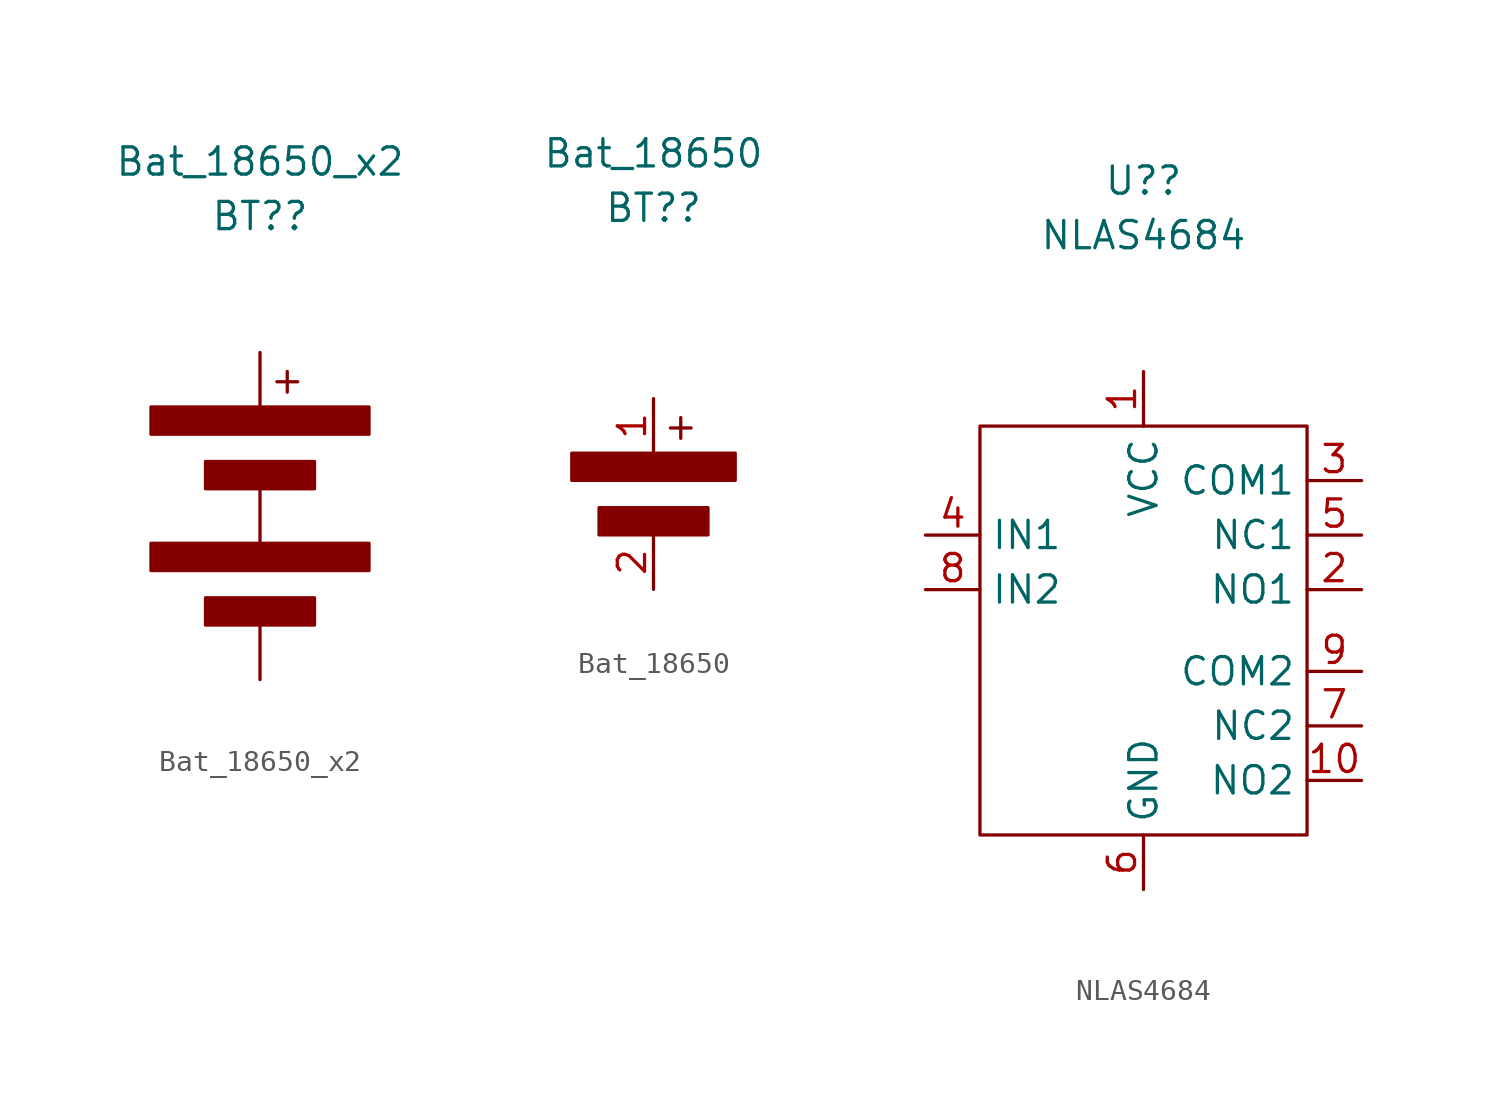
<source format=kicad_sym>
(kicad_symbol_lib
  (version 20220914)
  (generator kicad_symbol_editor)
  (symbol "Bat_18650_x2"
    (property "Reference" "BT?"
      (at 0 -2.54 0)
      (effects (font (size 1.27 1.27))))
    (property "Value" "Bat_18650_x2"
      (at 0 0 0)
      (effects (font (size 1.27 1.27))))
    (symbol "Bat_18650_x2_0_0"
      (rectangle (start -5.08 -17.78) (end 5.08 -19.05) (stroke (width 0) (type default)) (fill (type outline)))
      (rectangle (start -5.08 -11.43) (end 5.08 -12.7) (stroke (width 0) (type default)) (fill (type outline)))
      (rectangle (start -2.54 -20.32) (end 2.54 -21.59) (stroke (width 0) (type default)) (fill (type outline)))
      (rectangle (start -2.54 -13.97) (end 2.54 -15.24) (stroke (width 0) (type default)) (fill (type outline)))
      (text "+" (at 1.27 -10.16 0) (effects (font (size 1.27 1.27)))))
    (symbol "Bat_18650_x2_1_1"
      (pin input line (at 0 -24.13 90) (length 2.54) (name "" (effects (font (size 1.27 1.27)))) (number "" (effects (font (size 1.27 1.27)))))
      (pin free line (at 0 -15.24 270) (length 2.54) (name "" (effects (font (size 1.27 1.27)))) (number "" (effects (font (size 1.27 1.27)))))
      (pin output line (at 0 -8.89 270) (length 2.54) (name "" (effects (font (size 1.27 1.27)))) (number "" (effects (font (size 1.27 1.27)))))))
  (symbol "Bat_18650"
    (property "Reference" "BT?"
      (at 0 -2.54 0)
      (effects (font (size 1.27 1.27))))
    (property "Value" "Bat_18650"
      (at 0 0 0)
      (effects (font (size 1.27 1.27))))
    (symbol "Bat_18650_0_0"
      (text "+" (at 1.27 -12.7 0) (effects (font (size 1.27 1.27)))))
    (symbol "Bat_18650_0_1"
      (rectangle (start -3.81 -13.97) (end 3.81 -15.24) (stroke (width 0) (type default)) (fill (type outline)))
      (rectangle (start -2.54 -16.51) (end 2.54 -17.78) (stroke (width 0) (type default)) (fill (type outline))))
    (symbol "Bat_18650_1_1"
      (pin passive line (at 0 -11.43 270) (length 2.54) (name "" (effects (font (size 1.27 1.27)))) (number "1" (effects (font (size 1.27 1.27)))))
      (pin passive line (at 0 -20.32 90) (length 2.54) (name "" (effects (font (size 1.27 1.27)))) (number "2" (effects (font (size 1.27 1.27)))))))
  (symbol "NLAS4684"
    (property "Reference" "U?"
      (at 0 2.54 0)
      (effects (font (size 1.27 1.27))))
    (property "Value" "NLAS4684"
      (at 0 0 0)
      (effects (font (size 1.27 1.27))))
    (symbol "NLAS4684_0_1"
      (rectangle (start -7.62 -8.89) (end 7.62 -27.94) (stroke (width 0) (type default)) (fill (type none))))
    (symbol "NLAS4684_1_1"
      (pin input line (at 0 -6.35 270) (length 2.54) (name "VCC" (effects (font (size 1.27 1.27)))) (number "1" (effects (font (size 1.27 1.27)))))
      (pin bidirectional line (at 10.16 -25.4 180) (length 2.54) (name "NO2" (effects (font (size 1.27 1.27)))) (number "10" (effects (font (size 1.27 1.27)))))
      (pin bidirectional line (at 10.16 -16.51 180) (length 2.54) (name "NO1" (effects (font (size 1.27 1.27)))) (number "2" (effects (font (size 1.27 1.27)))))
      (pin bidirectional line (at 10.16 -11.43 180) (length 2.54) (name "COM1" (effects (font (size 1.27 1.27)))) (number "3" (effects (font (size 1.27 1.27)))))
      (pin input line (at -10.16 -13.97 0) (length 2.54) (name "IN1" (effects (font (size 1.27 1.27)))) (number "4" (effects (font (size 1.27 1.27)))))
      (pin bidirectional line (at 10.16 -13.97 180) (length 2.54) (name "NC1" (effects (font (size 1.27 1.27)))) (number "5" (effects (font (size 1.27 1.27)))))
      (pin input line (at 0 -30.48 90) (length 2.54) (name "GND" (effects (font (size 1.27 1.27)))) (number "6" (effects (font (size 1.27 1.27)))))
      (pin bidirectional line (at 10.16 -22.86 180) (length 2.54) (name "NC2" (effects (font (size 1.27 1.27)))) (number "7" (effects (font (size 1.27 1.27)))))
      (pin input line (at -10.16 -16.51 0) (length 2.54) (name "IN2" (effects (font (size 1.27 1.27)))) (number "8" (effects (font (size 1.27 1.27)))))
      (pin bidirectional line (at 10.16 -20.32 180) (length 2.54) (name "COM2" (effects (font (size 1.27 1.27)))) (number "9" (effects (font (size 1.27 1.27))))))))
</source>
